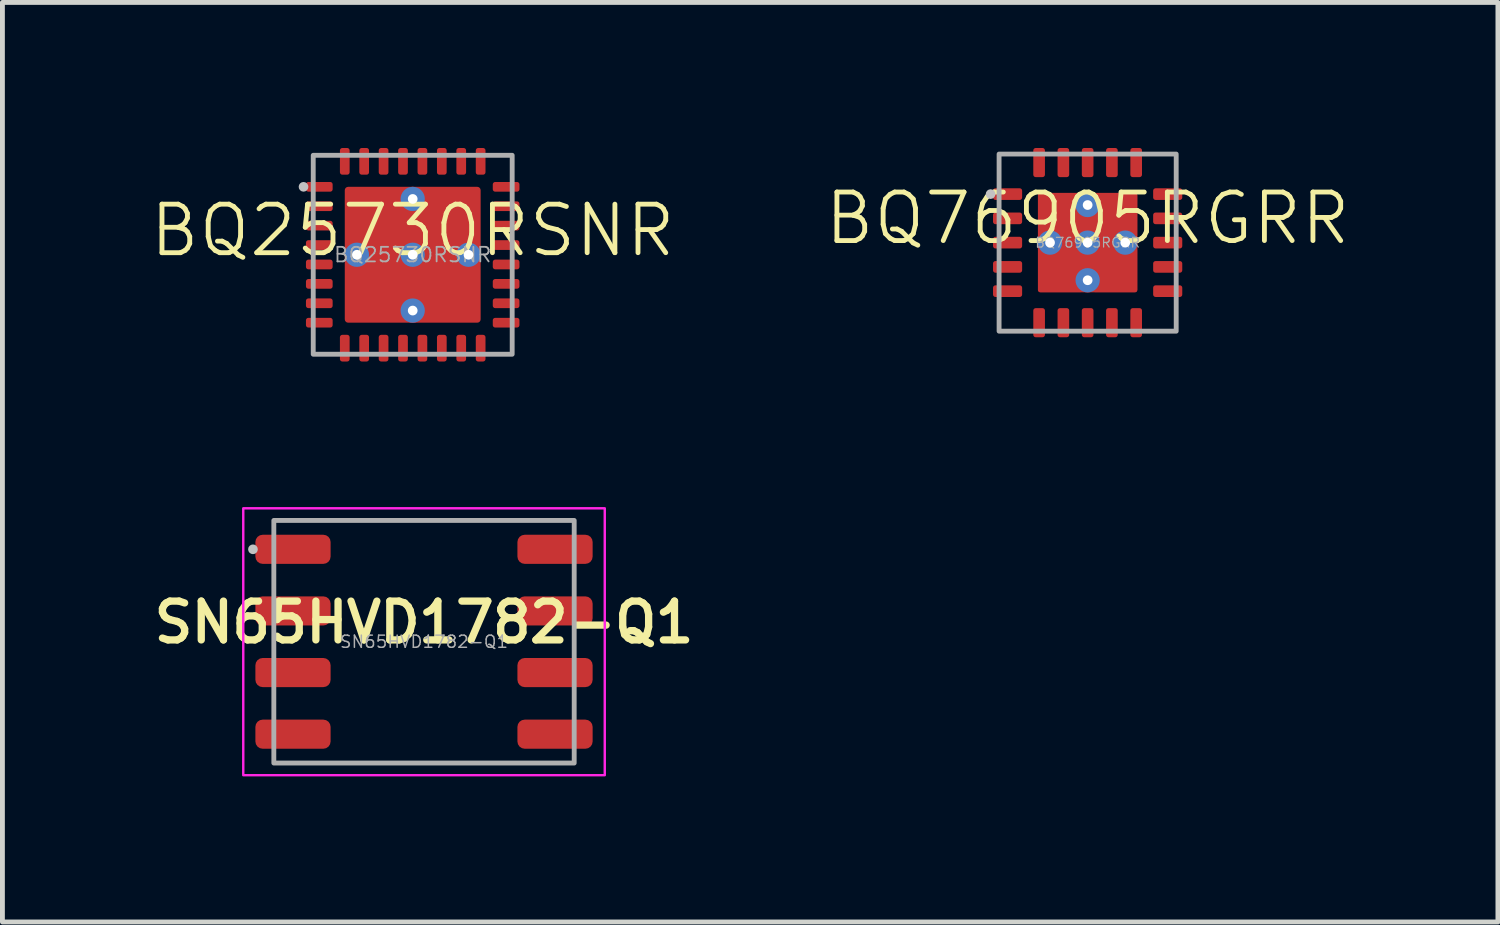
<source format=kicad_pcb>
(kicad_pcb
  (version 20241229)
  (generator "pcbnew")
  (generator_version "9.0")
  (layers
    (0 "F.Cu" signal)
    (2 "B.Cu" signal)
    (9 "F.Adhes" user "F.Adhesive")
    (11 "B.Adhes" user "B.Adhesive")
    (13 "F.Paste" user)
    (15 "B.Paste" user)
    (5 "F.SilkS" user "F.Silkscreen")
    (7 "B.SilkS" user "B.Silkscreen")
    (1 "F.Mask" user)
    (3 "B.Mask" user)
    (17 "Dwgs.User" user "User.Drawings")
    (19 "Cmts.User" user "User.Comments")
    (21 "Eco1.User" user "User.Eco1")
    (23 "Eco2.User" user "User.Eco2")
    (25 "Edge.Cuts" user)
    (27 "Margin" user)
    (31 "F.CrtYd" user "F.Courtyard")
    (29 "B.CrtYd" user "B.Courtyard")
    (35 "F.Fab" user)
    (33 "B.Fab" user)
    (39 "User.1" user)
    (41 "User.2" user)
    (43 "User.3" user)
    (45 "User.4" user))
  (footprint "BQ76905RGRR"
    (layer "F.Cu")
    (at 19.364 1.95)
    (property "Reference" "BQ76905RGRR" (at 0 -0.5 0) (unlocked yes) (layer "F.SilkS") (effects (font (size 1 1) (thickness 0.1))))
    (attr smd)
    (fp_circle (center -2 -1) (end -1.95 -1) (stroke (width 0.1) (type solid)) (fill no) (layer "Dwgs.User"))
    (fp_rect (start -1.825 -1.825) (end 1.825 1.825) (stroke (width 0.1) (type solid)) (fill no) (layer "F.Fab"))
    (fp_text user "${REFERENCE}" (at 0 0 0) (unlocked yes) (layer "F.Fab") (effects (font (size 0.2 0.2) (thickness 0.025))))
    (pad "1" smd roundrect (at -1.65 -1) (size 0.6 0.24) (layers "F.Cu" "F.Mask" "F.Paste") (roundrect_rratio 0.208))
    (pad "2" smd roundrect (at -1.65 -0.5) (size 0.6 0.24) (layers "F.Cu" "F.Mask" "F.Paste") (roundrect_rratio 0.208))
    (pad "3" smd roundrect (at -1.65 0) (size 0.6 0.24) (layers "F.Cu" "F.Mask" "F.Paste") (roundrect_rratio 0.208))
    (pad "4" smd roundrect (at -1.65 0.5) (size 0.6 0.24) (layers "F.Cu" "F.Mask" "F.Paste") (roundrect_rratio 0.208))
    (pad "5" smd roundrect (at -1.65 1) (size 0.6 0.24) (layers "F.Cu" "F.Mask" "F.Paste") (roundrect_rratio 0.208))
    (pad "6" smd roundrect (at -1 1.65 90) (size 0.6 0.24) (layers "F.Cu" "F.Mask" "F.Paste") (roundrect_rratio 0.208))
    (pad "7" smd roundrect (at -0.5 1.65 90) (size 0.6 0.24) (layers "F.Cu" "F.Mask" "F.Paste") (roundrect_rratio 0.208))
    (pad "8" smd roundrect (at 0 1.65 90) (size 0.6 0.24) (layers "F.Cu" "F.Mask" "F.Paste") (roundrect_rratio 0.208))
    (pad "9" smd roundrect (at 0.5 1.65 90) (size 0.6 0.24) (layers "F.Cu" "F.Mask" "F.Paste") (roundrect_rratio 0.208))
    (pad "10" smd roundrect (at 1 1.65 90) (size 0.6 0.24) (layers "F.Cu" "F.Mask" "F.Paste") (roundrect_rratio 0.208))
    (pad "11" smd roundrect (at 1.65 1 180) (size 0.6 0.24) (layers "F.Cu" "F.Mask" "F.Paste") (roundrect_rratio 0.208))
    (pad "12" smd roundrect (at 1.65 0.5 180) (size 0.6 0.24) (layers "F.Cu" "F.Mask" "F.Paste") (roundrect_rratio 0.208))
    (pad "13" smd roundrect (at 1.65 0 180) (size 0.6 0.24) (layers "F.Cu" "F.Mask" "F.Paste") (roundrect_rratio 0.208))
    (pad "14" smd roundrect (at 1.65 -0.5 180) (size 0.6 0.24) (layers "F.Cu" "F.Mask" "F.Paste") (roundrect_rratio 0.208))
    (pad "15" smd roundrect (at 1.65 -1 180) (size 0.6 0.24) (layers "F.Cu" "F.Mask" "F.Paste") (roundrect_rratio 0.208))
    (pad "16" smd roundrect (at 1 -1.65 90) (size 0.6 0.24) (layers "F.Cu" "F.Mask" "F.Paste") (roundrect_rratio 0.208))
    (pad "17" smd roundrect (at 0.5 -1.65 90) (size 0.6 0.24) (layers "F.Cu" "F.Mask" "F.Paste") (roundrect_rratio 0.208))
    (pad "18" smd roundrect (at 0 -1.65 90) (size 0.6 0.24) (layers "F.Cu" "F.Mask" "F.Paste") (roundrect_rratio 0.208))
    (pad "19" smd roundrect (at -0.5 -1.65 90) (size 0.6 0.24) (layers "F.Cu" "F.Mask" "F.Paste") (roundrect_rratio 0.208))
    (pad "20" smd roundrect (at -1 -1.65 90) (size 0.6 0.24) (layers "F.Cu" "F.Mask" "F.Paste") (roundrect_rratio 0.208))
    (pad "21" thru_hole circle (at -0.775 0 90) (size 0.5 0.5) (drill 0.2) (layers "*.Cu" "F.Mask"))
    (pad "21" smd roundrect (at -0.56 -0.56 90) (size 0.92 0.92) (layers "F.Cu" "F.Mask" "F.Paste") (roundrect_rratio 0.054))
    (pad "21" smd roundrect (at -0.56 0.56 90) (size 0.92 0.92) (layers "F.Cu" "F.Mask" "F.Paste") (roundrect_rratio 0.054))
    (pad "21" thru_hole circle (at 0 -0.775 90) (size 0.5 0.5) (drill 0.2) (layers "*.Cu" "F.Mask"))
    (pad "21" thru_hole circle (at 0 0 90) (size 0.5 0.5) (drill 0.2) (layers "*.Cu" "F.Mask"))
    (pad "21" thru_hole circle (at 0 0.775 90) (size 0.5 0.5) (drill 0.2) (layers "*.Cu" "F.Mask"))
    (pad "21" smd roundrect (at 0.56 -0.56 90) (size 0.92 0.92) (layers "F.Cu" "F.Mask" "F.Paste") (roundrect_rratio 0.054))
    (pad "21" smd roundrect (at 0.56 0.56 90) (size 0.92 0.92) (layers "F.Cu" "F.Mask" "F.Paste") (roundrect_rratio 0.054))
    (pad "21" thru_hole circle (at 0.775 0 90) (size 0.5 0.5) (drill 0.2) (layers "*.Cu" "F.Mask"))
    (pad "EP" smd roundrect (at 0 0 90) (size 2.05 2.05) (layers "F.Cu" "F.Mask") (roundrect_rratio 0.024)))
  (footprint "BQ25730RSNR"
    (layer "F.Cu")
    (at 5.455 2.2)
    (property "Reference" "BQ25730RSNR" (at 0 -0.5 0) (unlocked yes) (layer "F.SilkS") (effects (font (size 1 1) (thickness 0.1))))
    (attr smd)
    (fp_circle (center -2.25 -1.4) (end -2.2 -1.4) (stroke (width 0.1) (type solid)) (fill no) (layer "Dwgs.User"))
    (fp_rect (start -2.05 -2.05) (end 2.05 2.05) (stroke (width 0.1) (type solid)) (fill no) (layer "F.Fab"))
    (fp_text user "${REFERENCE}" (at 0 0 0) (unlocked yes) (layer "F.Fab") (effects (font (size 0.3 0.3) (thickness 0.037))))
    (pad "1" smd roundrect (at -1.925 -1.4) (size 0.55 0.2) (layers "F.Cu" "F.Mask" "F.Paste") (roundrect_rratio 0.25))
    (pad "2" smd roundrect (at -1.925 -1) (size 0.55 0.2) (layers "F.Cu" "F.Mask" "F.Paste") (roundrect_rratio 0.25))
    (pad "3" smd roundrect (at -1.925 -0.6) (size 0.55 0.2) (layers "F.Cu" "F.Mask" "F.Paste") (roundrect_rratio 0.25))
    (pad "4" smd roundrect (at -1.925 -0.2) (size 0.55 0.2) (layers "F.Cu" "F.Mask" "F.Paste") (roundrect_rratio 0.25))
    (pad "5" smd roundrect (at -1.925 0.2) (size 0.55 0.2) (layers "F.Cu" "F.Mask" "F.Paste") (roundrect_rratio 0.25))
    (pad "6" smd roundrect (at -1.925 0.6) (size 0.55 0.2) (layers "F.Cu" "F.Mask" "F.Paste") (roundrect_rratio 0.25))
    (pad "7" smd roundrect (at -1.925 1) (size 0.55 0.2) (layers "F.Cu" "F.Mask" "F.Paste") (roundrect_rratio 0.25))
    (pad "8" smd roundrect (at -1.925 1.4) (size 0.55 0.2) (layers "F.Cu" "F.Mask" "F.Paste") (roundrect_rratio 0.25))
    (pad "9" smd roundrect (at -1.4 1.925 90) (size 0.55 0.2) (layers "F.Cu" "F.Mask" "F.Paste") (roundrect_rratio 0.25))
    (pad "10" smd roundrect (at -1 1.925 90) (size 0.55 0.2) (layers "F.Cu" "F.Mask" "F.Paste") (roundrect_rratio 0.25))
    (pad "11" smd roundrect (at -0.6 1.925 90) (size 0.55 0.2) (layers "F.Cu" "F.Mask" "F.Paste") (roundrect_rratio 0.25))
    (pad "12" smd roundrect (at -0.2 1.925 90) (size 0.55 0.2) (layers "F.Cu" "F.Mask" "F.Paste") (roundrect_rratio 0.25))
    (pad "13" smd roundrect (at 0.2 1.925 90) (size 0.55 0.2) (layers "F.Cu" "F.Mask" "F.Paste") (roundrect_rratio 0.25))
    (pad "14" smd roundrect (at 0.6 1.925 90) (size 0.55 0.2) (layers "F.Cu" "F.Mask" "F.Paste") (roundrect_rratio 0.25))
    (pad "15" smd roundrect (at 1 1.925 90) (size 0.55 0.2) (layers "F.Cu" "F.Mask" "F.Paste") (roundrect_rratio 0.25))
    (pad "16" smd roundrect (at 1.4 1.925 90) (size 0.55 0.2) (layers "F.Cu" "F.Mask" "F.Paste") (roundrect_rratio 0.25))
    (pad "17" smd roundrect (at 1.925 1.4 180) (size 0.55 0.2) (layers "F.Cu" "F.Mask" "F.Paste") (roundrect_rratio 0.25))
    (pad "18" smd roundrect (at 1.925 1 180) (size 0.55 0.2) (layers "F.Cu" "F.Mask" "F.Paste") (roundrect_rratio 0.25))
    (pad "19" smd roundrect (at 1.925 0.6 180) (size 0.55 0.2) (layers "F.Cu" "F.Mask" "F.Paste") (roundrect_rratio 0.25))
    (pad "20" smd roundrect (at 1.925 0.2 180) (size 0.55 0.2) (layers "F.Cu" "F.Mask" "F.Paste") (roundrect_rratio 0.25))
    (pad "21" smd roundrect (at 1.925 -0.2 180) (size 0.55 0.2) (layers "F.Cu" "F.Mask" "F.Paste") (roundrect_rratio 0.25))
    (pad "22" smd roundrect (at 1.925 -0.6 180) (size 0.55 0.2) (layers "F.Cu" "F.Mask" "F.Paste") (roundrect_rratio 0.25))
    (pad "23" smd roundrect (at 1.925 -1 180) (size 0.55 0.2) (layers "F.Cu" "F.Mask" "F.Paste") (roundrect_rratio 0.25))
    (pad "24" smd roundrect (at 1.925 -1.4 180) (size 0.55 0.2) (layers "F.Cu" "F.Mask" "F.Paste") (roundrect_rratio 0.25))
    (pad "25" smd roundrect (at 1.4 -1.925 90) (size 0.55 0.2) (layers "F.Cu" "F.Mask" "F.Paste") (roundrect_rratio 0.25))
    (pad "26" smd roundrect (at 1 -1.925 90) (size 0.55 0.2) (layers "F.Cu" "F.Mask" "F.Paste") (roundrect_rratio 0.25))
    (pad "27" smd roundrect (at 0.6 -1.925 90) (size 0.55 0.2) (layers "F.Cu" "F.Mask" "F.Paste") (roundrect_rratio 0.25))
    (pad "28" smd roundrect (at 0.2 -1.925 90) (size 0.55 0.2) (layers "F.Cu" "F.Mask" "F.Paste") (roundrect_rratio 0.25))
    (pad "29" smd roundrect (at -0.2 -1.925 90) (size 0.55 0.2) (layers "F.Cu" "F.Mask" "F.Paste") (roundrect_rratio 0.25))
    (pad "30" smd roundrect (at -0.6 -1.925 90) (size 0.55 0.2) (layers "F.Cu" "F.Mask" "F.Paste") (roundrect_rratio 0.25))
    (pad "31" smd roundrect (at -1 -1.925 90) (size 0.55 0.2) (layers "F.Cu" "F.Mask" "F.Paste") (roundrect_rratio 0.25))
    (pad "32" smd roundrect (at -1.4 -1.925 90) (size 0.55 0.2) (layers "F.Cu" "F.Mask" "F.Paste") (roundrect_rratio 0.25))
    (pad "33" thru_hole circle (at -1.15 0) (size 0.5 0.5) (drill 0.2) (layers "*.Cu" "F.Mask"))
    (pad "33" smd roundrect (at -0.715 -0.715) (size 1.23 1.23) (layers "F.Cu" "F.Mask" "F.Paste") (roundrect_rratio 0.025))
    (pad "33" smd roundrect (at -0.715 0.715) (size 1.23 1.23) (layers "F.Cu" "F.Mask" "F.Paste") (roundrect_rratio 0.025))
    (pad "33" thru_hole circle (at 0 -1.15) (size 0.5 0.5) (drill 0.2) (layers "*.Cu" "F.Mask"))
    (pad "33" thru_hole circle (at 0 0) (size 0.5 0.5) (drill 0.2) (layers "*.Cu" "F.Mask"))
    (pad "33" smd roundrect (at 0 0) (size 2.8 2.8) (layers "F.Cu" "F.Mask") (roundrect_rratio 0.025))
    (pad "33" thru_hole circle (at 0 1.15) (size 0.5 0.5) (drill 0.2) (layers "*.Cu" "F.Mask"))
    (pad "33" smd roundrect (at 0.715 -0.715) (size 1.23 1.23) (layers "F.Cu" "F.Mask" "F.Paste") (roundrect_rratio 0.025))
    (pad "33" smd roundrect (at 0.715 0.715) (size 1.23 1.23) (layers "F.Cu" "F.Mask" "F.Paste") (roundrect_rratio 0.025))
    (pad "33" thru_hole circle (at 1.15 0) (size 0.5 0.5) (drill 0.2) (layers "*.Cu" "F.Mask")))
  (footprint "SN65HVD1782-Q1"
    (layer "F.Cu")
    (at 5.688 10.175)
    (property "Reference" "SN65HVD1782-Q1" (at 0 -0.4 0) (unlocked yes) (layer "F.SilkS") (effects (font (size 0.8 0.8) (thickness 0.15))))
    (attr smd)
    (fp_circle (center -3.525 -1.905) (end -3.475 -1.905) (stroke (width 0.1) (type solid)) (fill no) (layer "Dwgs.User"))
    (fp_rect (start -3.725 -2.75) (end 3.725 2.75) (stroke (width 0.05) (type solid)) (fill no) (layer "F.CrtYd"))
    (fp_rect (start -3.095 -2.5) (end 3.095 2.5) (stroke (width 0.1) (type solid)) (fill no) (layer "F.Fab"))
    (fp_text user "${REFERENCE}" (at 0 0 0) (unlocked yes) (layer "F.Fab") (effects (font (size 0.25 0.25) (thickness 0.031))))
    (pad "1" smd roundrect (at -2.7 -1.905) (size 1.55 0.6) (layers "F.Cu" "F.Mask" "F.Paste") (roundrect_rratio 0.25))
    (pad "2" smd roundrect (at -2.7 -0.635) (size 1.55 0.6) (layers "F.Cu" "F.Mask" "F.Paste") (roundrect_rratio 0.25))
    (pad "3" smd roundrect (at -2.7 0.635) (size 1.55 0.6) (layers "F.Cu" "F.Mask" "F.Paste") (roundrect_rratio 0.25))
    (pad "4" smd roundrect (at -2.7 1.905) (size 1.55 0.6) (layers "F.Cu" "F.Mask" "F.Paste") (roundrect_rratio 0.25))
    (pad "5" smd roundrect (at 2.7 1.905 180) (size 1.55 0.6) (layers "F.Cu" "F.Mask" "F.Paste") (roundrect_rratio 0.25))
    (pad "6" smd roundrect (at 2.7 0.635 180) (size 1.55 0.6) (layers "F.Cu" "F.Mask" "F.Paste") (roundrect_rratio 0.25))
    (pad "7" smd roundrect (at 2.7 -0.635 180) (size 1.55 0.6) (layers "F.Cu" "F.Mask" "F.Paste") (roundrect_rratio 0.25))
    (pad "8" smd roundrect (at 2.7 -1.905 180) (size 1.55 0.6) (layers "F.Cu" "F.Mask" "F.Paste") (roundrect_rratio 0.25)))
  (gr_rect
    (start -3 -3)
    (end 27.819 15.95)
    (stroke (width 0.1) (type default))
    (fill no)
    (layer "Edge.Cuts")))
</source>
